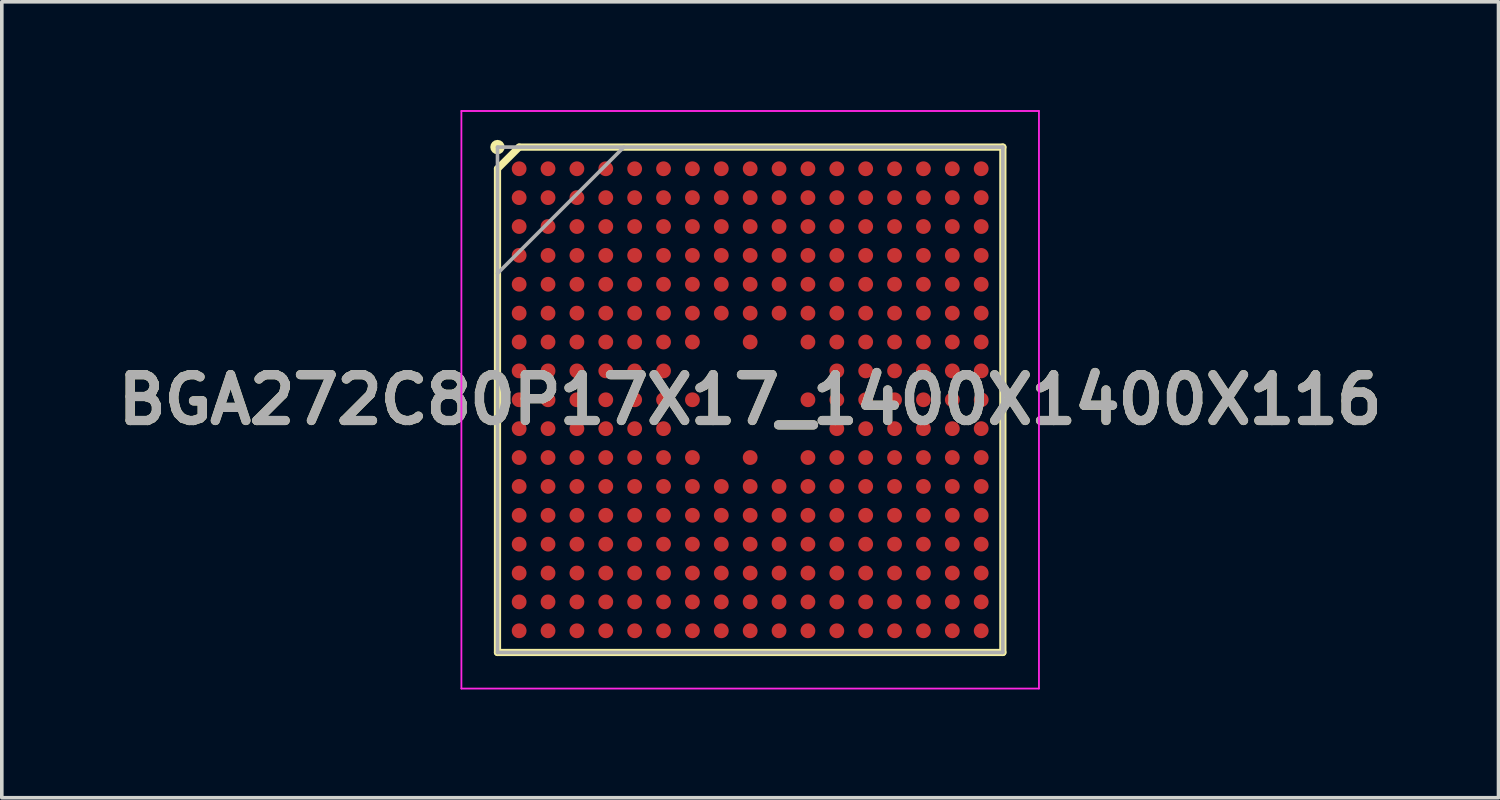
<source format=kicad_pcb>
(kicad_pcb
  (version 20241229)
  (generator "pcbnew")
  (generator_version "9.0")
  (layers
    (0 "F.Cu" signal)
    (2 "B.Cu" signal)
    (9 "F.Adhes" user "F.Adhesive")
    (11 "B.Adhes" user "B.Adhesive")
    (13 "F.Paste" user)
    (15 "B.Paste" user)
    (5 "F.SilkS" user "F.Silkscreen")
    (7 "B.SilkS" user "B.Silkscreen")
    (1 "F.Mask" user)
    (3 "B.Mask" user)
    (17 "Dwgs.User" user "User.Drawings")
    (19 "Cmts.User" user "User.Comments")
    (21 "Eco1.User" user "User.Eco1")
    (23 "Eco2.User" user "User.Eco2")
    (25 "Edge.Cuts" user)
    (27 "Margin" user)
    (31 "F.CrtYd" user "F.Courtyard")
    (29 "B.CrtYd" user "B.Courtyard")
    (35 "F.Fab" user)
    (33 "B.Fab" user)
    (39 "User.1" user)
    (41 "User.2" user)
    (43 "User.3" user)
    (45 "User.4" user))
  (footprint "BGA272C80P17X17_1400X1400X116"
    (layer "F.Cu")
    (at 17.732 8.025)
    (property "Reference" "BGA272C80P17X17_1400X1400X116" (at 0 0 0) (layer "F.SilkS") (effects (font (size 1.27 1.27) (thickness 0.254))))
    (attr smd)
    (fp_line (start -7 -6.4) (end -6.4 -7) (stroke (width 0.2) (type solid)) (layer "F.SilkS"))
    (fp_line (start -7 7) (end -7 -6.4) (stroke (width 0.2) (type solid)) (layer "F.SilkS"))
    (fp_line (start -6.4 -7) (end 7 -7) (stroke (width 0.2) (type solid)) (layer "F.SilkS"))
    (fp_line (start 7 -7) (end 7 7) (stroke (width 0.2) (type solid)) (layer "F.SilkS"))
    (fp_line (start 7 7) (end -7 7) (stroke (width 0.2) (type solid)) (layer "F.SilkS"))
    (fp_circle (center -7 -7) (end -7 -6.9) (stroke (width 0.2) (type solid)) (fill no) (layer "F.SilkS"))
    (fp_line (start -8 -8) (end 8 -8) (stroke (width 0.05) (type solid)) (layer "F.CrtYd"))
    (fp_line (start -8 8) (end -8 -8) (stroke (width 0.05) (type solid)) (layer "F.CrtYd"))
    (fp_line (start 8 -8) (end 8 8) (stroke (width 0.05) (type solid)) (layer "F.CrtYd"))
    (fp_line (start 8 8) (end -8 8) (stroke (width 0.05) (type solid)) (layer "F.CrtYd"))
    (fp_line (start -7 -7) (end 7 -7) (stroke (width 0.1) (type solid)) (layer "F.Fab"))
    (fp_line (start -7 -3.5) (end -3.5 -7) (stroke (width 0.1) (type solid)) (layer "F.Fab"))
    (fp_line (start -7 7) (end -7 -7) (stroke (width 0.1) (type solid)) (layer "F.Fab"))
    (fp_line (start 7 -7) (end 7 7) (stroke (width 0.1) (type solid)) (layer "F.Fab"))
    (fp_line (start 7 7) (end -7 7) (stroke (width 0.1) (type solid)) (layer "F.Fab"))
    (fp_text user "${REFERENCE}" (at 0 0 0) (layer "F.Fab") (effects (font (size 1.27 1.27) (thickness 0.254))))
    (pad "A1" smd circle (at -6.4 -6.4 90) (size 0.41 0.41) (layers "F.Cu" "F.Mask" "F.Paste"))
    (pad "A2" smd circle (at -5.6 -6.4 90) (size 0.41 0.41) (layers "F.Cu" "F.Mask" "F.Paste"))
    (pad "A3" smd circle (at -4.8 -6.4 90) (size 0.41 0.41) (layers "F.Cu" "F.Mask" "F.Paste"))
    (pad "A4" smd circle (at -4 -6.4 90) (size 0.41 0.41) (layers "F.Cu" "F.Mask" "F.Paste"))
    (pad "A5" smd circle (at -3.2 -6.4 90) (size 0.41 0.41) (layers "F.Cu" "F.Mask" "F.Paste"))
    (pad "A6" smd circle (at -2.4 -6.4 90) (size 0.41 0.41) (layers "F.Cu" "F.Mask" "F.Paste"))
    (pad "A7" smd circle (at -1.6 -6.4 90) (size 0.41 0.41) (layers "F.Cu" "F.Mask" "F.Paste"))
    (pad "A8" smd circle (at -0.8 -6.4 90) (size 0.41 0.41) (layers "F.Cu" "F.Mask" "F.Paste"))
    (pad "A9" smd circle (at 0 -6.4 90) (size 0.41 0.41) (layers "F.Cu" "F.Mask" "F.Paste"))
    (pad "A10" smd circle (at 0.8 -6.4 90) (size 0.41 0.41) (layers "F.Cu" "F.Mask" "F.Paste"))
    (pad "A11" smd circle (at 1.6 -6.4 90) (size 0.41 0.41) (layers "F.Cu" "F.Mask" "F.Paste"))
    (pad "A12" smd circle (at 2.4 -6.4 90) (size 0.41 0.41) (layers "F.Cu" "F.Mask" "F.Paste"))
    (pad "A13" smd circle (at 3.2 -6.4 90) (size 0.41 0.41) (layers "F.Cu" "F.Mask" "F.Paste"))
    (pad "A14" smd circle (at 4 -6.4 90) (size 0.41 0.41) (layers "F.Cu" "F.Mask" "F.Paste"))
    (pad "A15" smd circle (at 4.8 -6.4 90) (size 0.41 0.41) (layers "F.Cu" "F.Mask" "F.Paste"))
    (pad "A16" smd circle (at 5.6 -6.4 90) (size 0.41 0.41) (layers "F.Cu" "F.Mask" "F.Paste"))
    (pad "A17" smd circle (at 6.4 -6.4 90) (size 0.41 0.41) (layers "F.Cu" "F.Mask" "F.Paste"))
    (pad "B1" smd circle (at -6.4 -5.6 90) (size 0.41 0.41) (layers "F.Cu" "F.Mask" "F.Paste"))
    (pad "B2" smd circle (at -5.6 -5.6 90) (size 0.41 0.41) (layers "F.Cu" "F.Mask" "F.Paste"))
    (pad "B3" smd circle (at -4.8 -5.6 90) (size 0.41 0.41) (layers "F.Cu" "F.Mask" "F.Paste"))
    (pad "B4" smd circle (at -4 -5.6 90) (size 0.41 0.41) (layers "F.Cu" "F.Mask" "F.Paste"))
    (pad "B5" smd circle (at -3.2 -5.6 90) (size 0.41 0.41) (layers "F.Cu" "F.Mask" "F.Paste"))
    (pad "B6" smd circle (at -2.4 -5.6 90) (size 0.41 0.41) (layers "F.Cu" "F.Mask" "F.Paste"))
    (pad "B7" smd circle (at -1.6 -5.6 90) (size 0.41 0.41) (layers "F.Cu" "F.Mask" "F.Paste"))
    (pad "B8" smd circle (at -0.8 -5.6 90) (size 0.41 0.41) (layers "F.Cu" "F.Mask" "F.Paste"))
    (pad "B9" smd circle (at 0 -5.6 90) (size 0.41 0.41) (layers "F.Cu" "F.Mask" "F.Paste"))
    (pad "B10" smd circle (at 0.8 -5.6 90) (size 0.41 0.41) (layers "F.Cu" "F.Mask" "F.Paste"))
    (pad "B11" smd circle (at 1.6 -5.6 90) (size 0.41 0.41) (layers "F.Cu" "F.Mask" "F.Paste"))
    (pad "B12" smd circle (at 2.4 -5.6 90) (size 0.41 0.41) (layers "F.Cu" "F.Mask" "F.Paste"))
    (pad "B13" smd circle (at 3.2 -5.6 90) (size 0.41 0.41) (layers "F.Cu" "F.Mask" "F.Paste"))
    (pad "B14" smd circle (at 4 -5.6 90) (size 0.41 0.41) (layers "F.Cu" "F.Mask" "F.Paste"))
    (pad "B15" smd circle (at 4.8 -5.6 90) (size 0.41 0.41) (layers "F.Cu" "F.Mask" "F.Paste"))
    (pad "B16" smd circle (at 5.6 -5.6 90) (size 0.41 0.41) (layers "F.Cu" "F.Mask" "F.Paste"))
    (pad "B17" smd circle (at 6.4 -5.6 90) (size 0.41 0.41) (layers "F.Cu" "F.Mask" "F.Paste"))
    (pad "C1" smd circle (at -6.4 -4.8 90) (size 0.41 0.41) (layers "F.Cu" "F.Mask" "F.Paste"))
    (pad "C2" smd circle (at -5.6 -4.8 90) (size 0.41 0.41) (layers "F.Cu" "F.Mask" "F.Paste"))
    (pad "C3" smd circle (at -4.8 -4.8 90) (size 0.41 0.41) (layers "F.Cu" "F.Mask" "F.Paste"))
    (pad "C4" smd circle (at -4 -4.8 90) (size 0.41 0.41) (layers "F.Cu" "F.Mask" "F.Paste"))
    (pad "C5" smd circle (at -3.2 -4.8 90) (size 0.41 0.41) (layers "F.Cu" "F.Mask" "F.Paste"))
    (pad "C6" smd circle (at -2.4 -4.8 90) (size 0.41 0.41) (layers "F.Cu" "F.Mask" "F.Paste"))
    (pad "C7" smd circle (at -1.6 -4.8 90) (size 0.41 0.41) (layers "F.Cu" "F.Mask" "F.Paste"))
    (pad "C8" smd circle (at -0.8 -4.8 90) (size 0.41 0.41) (layers "F.Cu" "F.Mask" "F.Paste"))
    (pad "C9" smd circle (at 0 -4.8 90) (size 0.41 0.41) (layers "F.Cu" "F.Mask" "F.Paste"))
    (pad "C10" smd circle (at 0.8 -4.8 90) (size 0.41 0.41) (layers "F.Cu" "F.Mask" "F.Paste"))
    (pad "C11" smd circle (at 1.6 -4.8 90) (size 0.41 0.41) (layers "F.Cu" "F.Mask" "F.Paste"))
    (pad "C12" smd circle (at 2.4 -4.8 90) (size 0.41 0.41) (layers "F.Cu" "F.Mask" "F.Paste"))
    (pad "C13" smd circle (at 3.2 -4.8 90) (size 0.41 0.41) (layers "F.Cu" "F.Mask" "F.Paste"))
    (pad "C14" smd circle (at 4 -4.8 90) (size 0.41 0.41) (layers "F.Cu" "F.Mask" "F.Paste"))
    (pad "C15" smd circle (at 4.8 -4.8 90) (size 0.41 0.41) (layers "F.Cu" "F.Mask" "F.Paste"))
    (pad "C16" smd circle (at 5.6 -4.8 90) (size 0.41 0.41) (layers "F.Cu" "F.Mask" "F.Paste"))
    (pad "C17" smd circle (at 6.4 -4.8 90) (size 0.41 0.41) (layers "F.Cu" "F.Mask" "F.Paste"))
    (pad "D1" smd circle (at -6.4 -4 90) (size 0.41 0.41) (layers "F.Cu" "F.Mask" "F.Paste"))
    (pad "D2" smd circle (at -5.6 -4 90) (size 0.41 0.41) (layers "F.Cu" "F.Mask" "F.Paste"))
    (pad "D3" smd circle (at -4.8 -4 90) (size 0.41 0.41) (layers "F.Cu" "F.Mask" "F.Paste"))
    (pad "D4" smd circle (at -4 -4 90) (size 0.41 0.41) (layers "F.Cu" "F.Mask" "F.Paste"))
    (pad "D5" smd circle (at -3.2 -4 90) (size 0.41 0.41) (layers "F.Cu" "F.Mask" "F.Paste"))
    (pad "D6" smd circle (at -2.4 -4 90) (size 0.41 0.41) (layers "F.Cu" "F.Mask" "F.Paste"))
    (pad "D7" smd circle (at -1.6 -4 90) (size 0.41 0.41) (layers "F.Cu" "F.Mask" "F.Paste"))
    (pad "D8" smd circle (at -0.8 -4 90) (size 0.41 0.41) (layers "F.Cu" "F.Mask" "F.Paste"))
    (pad "D9" smd circle (at 0 -4 90) (size 0.41 0.41) (layers "F.Cu" "F.Mask" "F.Paste"))
    (pad "D10" smd circle (at 0.8 -4 90) (size 0.41 0.41) (layers "F.Cu" "F.Mask" "F.Paste"))
    (pad "D11" smd circle (at 1.6 -4 90) (size 0.41 0.41) (layers "F.Cu" "F.Mask" "F.Paste"))
    (pad "D12" smd circle (at 2.4 -4 90) (size 0.41 0.41) (layers "F.Cu" "F.Mask" "F.Paste"))
    (pad "D13" smd circle (at 3.2 -4 90) (size 0.41 0.41) (layers "F.Cu" "F.Mask" "F.Paste"))
    (pad "D14" smd circle (at 4 -4 90) (size 0.41 0.41) (layers "F.Cu" "F.Mask" "F.Paste"))
    (pad "D15" smd circle (at 4.8 -4 90) (size 0.41 0.41) (layers "F.Cu" "F.Mask" "F.Paste"))
    (pad "D16" smd circle (at 5.6 -4 90) (size 0.41 0.41) (layers "F.Cu" "F.Mask" "F.Paste"))
    (pad "D17" smd circle (at 6.4 -4 90) (size 0.41 0.41) (layers "F.Cu" "F.Mask" "F.Paste"))
    (pad "E1" smd circle (at -6.4 -3.2 90) (size 0.41 0.41) (layers "F.Cu" "F.Mask" "F.Paste"))
    (pad "E2" smd circle (at -5.6 -3.2 90) (size 0.41 0.41) (layers "F.Cu" "F.Mask" "F.Paste"))
    (pad "E3" smd circle (at -4.8 -3.2 90) (size 0.41 0.41) (layers "F.Cu" "F.Mask" "F.Paste"))
    (pad "E4" smd circle (at -4 -3.2 90) (size 0.41 0.41) (layers "F.Cu" "F.Mask" "F.Paste"))
    (pad "E5" smd circle (at -3.2 -3.2 90) (size 0.41 0.41) (layers "F.Cu" "F.Mask" "F.Paste"))
    (pad "E6" smd circle (at -2.4 -3.2 90) (size 0.41 0.41) (layers "F.Cu" "F.Mask" "F.Paste"))
    (pad "E7" smd circle (at -1.6 -3.2 90) (size 0.41 0.41) (layers "F.Cu" "F.Mask" "F.Paste"))
    (pad "E8" smd circle (at -0.8 -3.2 90) (size 0.41 0.41) (layers "F.Cu" "F.Mask" "F.Paste"))
    (pad "E9" smd circle (at 0 -3.2 90) (size 0.41 0.41) (layers "F.Cu" "F.Mask" "F.Paste"))
    (pad "E10" smd circle (at 0.8 -3.2 90) (size 0.41 0.41) (layers "F.Cu" "F.Mask" "F.Paste"))
    (pad "E11" smd circle (at 1.6 -3.2 90) (size 0.41 0.41) (layers "F.Cu" "F.Mask" "F.Paste"))
    (pad "E12" smd circle (at 2.4 -3.2 90) (size 0.41 0.41) (layers "F.Cu" "F.Mask" "F.Paste"))
    (pad "E13" smd circle (at 3.2 -3.2 90) (size 0.41 0.41) (layers "F.Cu" "F.Mask" "F.Paste"))
    (pad "E14" smd circle (at 4 -3.2 90) (size 0.41 0.41) (layers "F.Cu" "F.Mask" "F.Paste"))
    (pad "E15" smd circle (at 4.8 -3.2 90) (size 0.41 0.41) (layers "F.Cu" "F.Mask" "F.Paste"))
    (pad "E16" smd circle (at 5.6 -3.2 90) (size 0.41 0.41) (layers "F.Cu" "F.Mask" "F.Paste"))
    (pad "E17" smd circle (at 6.4 -3.2 90) (size 0.41 0.41) (layers "F.Cu" "F.Mask" "F.Paste"))
    (pad "F1" smd circle (at -6.4 -2.4 90) (size 0.41 0.41) (layers "F.Cu" "F.Mask" "F.Paste"))
    (pad "F2" smd circle (at -5.6 -2.4 90) (size 0.41 0.41) (layers "F.Cu" "F.Mask" "F.Paste"))
    (pad "F3" smd circle (at -4.8 -2.4 90) (size 0.41 0.41) (layers "F.Cu" "F.Mask" "F.Paste"))
    (pad "F4" smd circle (at -4 -2.4 90) (size 0.41 0.41) (layers "F.Cu" "F.Mask" "F.Paste"))
    (pad "F5" smd circle (at -3.2 -2.4 90) (size 0.41 0.41) (layers "F.Cu" "F.Mask" "F.Paste"))
    (pad "F6" smd circle (at -2.4 -2.4 90) (size 0.41 0.41) (layers "F.Cu" "F.Mask" "F.Paste"))
    (pad "F7" smd circle (at -1.6 -2.4 90) (size 0.41 0.41) (layers "F.Cu" "F.Mask" "F.Paste"))
    (pad "F8" smd circle (at -0.8 -2.4 90) (size 0.41 0.41) (layers "F.Cu" "F.Mask" "F.Paste"))
    (pad "F9" smd circle (at 0 -2.4 90) (size 0.41 0.41) (layers "F.Cu" "F.Mask" "F.Paste"))
    (pad "F10" smd circle (at 0.8 -2.4 90) (size 0.41 0.41) (layers "F.Cu" "F.Mask" "F.Paste"))
    (pad "F11" smd circle (at 1.6 -2.4 90) (size 0.41 0.41) (layers "F.Cu" "F.Mask" "F.Paste"))
    (pad "F12" smd circle (at 2.4 -2.4 90) (size 0.41 0.41) (layers "F.Cu" "F.Mask" "F.Paste"))
    (pad "F13" smd circle (at 3.2 -2.4 90) (size 0.41 0.41) (layers "F.Cu" "F.Mask" "F.Paste"))
    (pad "F14" smd circle (at 4 -2.4 90) (size 0.41 0.41) (layers "F.Cu" "F.Mask" "F.Paste"))
    (pad "F15" smd circle (at 4.8 -2.4 90) (size 0.41 0.41) (layers "F.Cu" "F.Mask" "F.Paste"))
    (pad "F16" smd circle (at 5.6 -2.4 90) (size 0.41 0.41) (layers "F.Cu" "F.Mask" "F.Paste"))
    (pad "F17" smd circle (at 6.4 -2.4 90) (size 0.41 0.41) (layers "F.Cu" "F.Mask" "F.Paste"))
    (pad "G1" smd circle (at -6.4 -1.6 90) (size 0.41 0.41) (layers "F.Cu" "F.Mask" "F.Paste"))
    (pad "G2" smd circle (at -5.6 -1.6 90) (size 0.41 0.41) (layers "F.Cu" "F.Mask" "F.Paste"))
    (pad "G3" smd circle (at -4.8 -1.6 90) (size 0.41 0.41) (layers "F.Cu" "F.Mask" "F.Paste"))
    (pad "G4" smd circle (at -4 -1.6 90) (size 0.41 0.41) (layers "F.Cu" "F.Mask" "F.Paste"))
    (pad "G5" smd circle (at -3.2 -1.6 90) (size 0.41 0.41) (layers "F.Cu" "F.Mask" "F.Paste"))
    (pad "G6" smd circle (at -2.4 -1.6 90) (size 0.41 0.41) (layers "F.Cu" "F.Mask" "F.Paste"))
    (pad "G7" smd circle (at -1.6 -1.6 90) (size 0.41 0.41) (layers "F.Cu" "F.Mask" "F.Paste"))
    (pad "G9" smd circle (at 0 -1.6 90) (size 0.41 0.41) (layers "F.Cu" "F.Mask" "F.Paste"))
    (pad "G11" smd circle (at 1.6 -1.6 90) (size 0.41 0.41) (layers "F.Cu" "F.Mask" "F.Paste"))
    (pad "G12" smd circle (at 2.4 -1.6 90) (size 0.41 0.41) (layers "F.Cu" "F.Mask" "F.Paste"))
    (pad "G13" smd circle (at 3.2 -1.6 90) (size 0.41 0.41) (layers "F.Cu" "F.Mask" "F.Paste"))
    (pad "G14" smd circle (at 4 -1.6 90) (size 0.41 0.41) (layers "F.Cu" "F.Mask" "F.Paste"))
    (pad "G15" smd circle (at 4.8 -1.6 90) (size 0.41 0.41) (layers "F.Cu" "F.Mask" "F.Paste"))
    (pad "G16" smd circle (at 5.6 -1.6 90) (size 0.41 0.41) (layers "F.Cu" "F.Mask" "F.Paste"))
    (pad "G17" smd circle (at 6.4 -1.6 90) (size 0.41 0.41) (layers "F.Cu" "F.Mask" "F.Paste"))
    (pad "H1" smd circle (at -6.4 -0.8 90) (size 0.41 0.41) (layers "F.Cu" "F.Mask" "F.Paste"))
    (pad "H2" smd circle (at -5.6 -0.8 90) (size 0.41 0.41) (layers "F.Cu" "F.Mask" "F.Paste"))
    (pad "H3" smd circle (at -4.8 -0.8 90) (size 0.41 0.41) (layers "F.Cu" "F.Mask" "F.Paste"))
    (pad "H4" smd circle (at -4 -0.8 90) (size 0.41 0.41) (layers "F.Cu" "F.Mask" "F.Paste"))
    (pad "H5" smd circle (at -3.2 -0.8 90) (size 0.41 0.41) (layers "F.Cu" "F.Mask" "F.Paste"))
    (pad "H6" smd circle (at -2.4 -0.8 90) (size 0.41 0.41) (layers "F.Cu" "F.Mask" "F.Paste"))
    (pad "H12" smd circle (at 2.4 -0.8 90) (size 0.41 0.41) (layers "F.Cu" "F.Mask" "F.Paste"))
    (pad "H13" smd circle (at 3.2 -0.8 90) (size 0.41 0.41) (layers "F.Cu" "F.Mask" "F.Paste"))
    (pad "H14" smd circle (at 4 -0.8 90) (size 0.41 0.41) (layers "F.Cu" "F.Mask" "F.Paste"))
    (pad "H15" smd circle (at 4.8 -0.8 90) (size 0.41 0.41) (layers "F.Cu" "F.Mask" "F.Paste"))
    (pad "H16" smd circle (at 5.6 -0.8 90) (size 0.41 0.41) (layers "F.Cu" "F.Mask" "F.Paste"))
    (pad "H17" smd circle (at 6.4 -0.8 90) (size 0.41 0.41) (layers "F.Cu" "F.Mask" "F.Paste"))
    (pad "J1" smd circle (at -6.4 0 90) (size 0.41 0.41) (layers "F.Cu" "F.Mask" "F.Paste"))
    (pad "J2" smd circle (at -5.6 0 90) (size 0.41 0.41) (layers "F.Cu" "F.Mask" "F.Paste"))
    (pad "J3" smd circle (at -4.8 0 90) (size 0.41 0.41) (layers "F.Cu" "F.Mask" "F.Paste"))
    (pad "J4" smd circle (at -4 0 90) (size 0.41 0.41) (layers "F.Cu" "F.Mask" "F.Paste"))
    (pad "J5" smd circle (at -3.2 0 90) (size 0.41 0.41) (layers "F.Cu" "F.Mask" "F.Paste"))
    (pad "J6" smd circle (at -2.4 0 90) (size 0.41 0.41) (layers "F.Cu" "F.Mask" "F.Paste"))
    (pad "J7" smd circle (at -1.6 0 90) (size 0.41 0.41) (layers "F.Cu" "F.Mask" "F.Paste"))
    (pad "J11" smd circle (at 1.6 0 90) (size 0.41 0.41) (layers "F.Cu" "F.Mask" "F.Paste"))
    (pad "J12" smd circle (at 2.4 0 90) (size 0.41 0.41) (layers "F.Cu" "F.Mask" "F.Paste"))
    (pad "J13" smd circle (at 3.2 0 90) (size 0.41 0.41) (layers "F.Cu" "F.Mask" "F.Paste"))
    (pad "J14" smd circle (at 4 0 90) (size 0.41 0.41) (layers "F.Cu" "F.Mask" "F.Paste"))
    (pad "J15" smd circle (at 4.8 0 90) (size 0.41 0.41) (layers "F.Cu" "F.Mask" "F.Paste"))
    (pad "J16" smd circle (at 5.6 0 90) (size 0.41 0.41) (layers "F.Cu" "F.Mask" "F.Paste"))
    (pad "J17" smd circle (at 6.4 0 90) (size 0.41 0.41) (layers "F.Cu" "F.Mask" "F.Paste"))
    (pad "K1" smd circle (at -6.4 0.8 90) (size 0.41 0.41) (layers "F.Cu" "F.Mask" "F.Paste"))
    (pad "K2" smd circle (at -5.6 0.8 90) (size 0.41 0.41) (layers "F.Cu" "F.Mask" "F.Paste"))
    (pad "K3" smd circle (at -4.8 0.8 90) (size 0.41 0.41) (layers "F.Cu" "F.Mask" "F.Paste"))
    (pad "K4" smd circle (at -4 0.8 90) (size 0.41 0.41) (layers "F.Cu" "F.Mask" "F.Paste"))
    (pad "K5" smd circle (at -3.2 0.8 90) (size 0.41 0.41) (layers "F.Cu" "F.Mask" "F.Paste"))
    (pad "K6" smd circle (at -2.4 0.8 90) (size 0.41 0.41) (layers "F.Cu" "F.Mask" "F.Paste"))
    (pad "K12" smd circle (at 2.4 0.8 90) (size 0.41 0.41) (layers "F.Cu" "F.Mask" "F.Paste"))
    (pad "K13" smd circle (at 3.2 0.8 90) (size 0.41 0.41) (layers "F.Cu" "F.Mask" "F.Paste"))
    (pad "K14" smd circle (at 4 0.8 90) (size 0.41 0.41) (layers "F.Cu" "F.Mask" "F.Paste"))
    (pad "K15" smd circle (at 4.8 0.8 90) (size 0.41 0.41) (layers "F.Cu" "F.Mask" "F.Paste"))
    (pad "K16" smd circle (at 5.6 0.8 90) (size 0.41 0.41) (layers "F.Cu" "F.Mask" "F.Paste"))
    (pad "K17" smd circle (at 6.4 0.8 90) (size 0.41 0.41) (layers "F.Cu" "F.Mask" "F.Paste"))
    (pad "L1" smd circle (at -6.4 1.6 90) (size 0.41 0.41) (layers "F.Cu" "F.Mask" "F.Paste"))
    (pad "L2" smd circle (at -5.6 1.6 90) (size 0.41 0.41) (layers "F.Cu" "F.Mask" "F.Paste"))
    (pad "L3" smd circle (at -4.8 1.6 90) (size 0.41 0.41) (layers "F.Cu" "F.Mask" "F.Paste"))
    (pad "L4" smd circle (at -4 1.6 90) (size 0.41 0.41) (layers "F.Cu" "F.Mask" "F.Paste"))
    (pad "L5" smd circle (at -3.2 1.6 90) (size 0.41 0.41) (layers "F.Cu" "F.Mask" "F.Paste"))
    (pad "L6" smd circle (at -2.4 1.6 90) (size 0.41 0.41) (layers "F.Cu" "F.Mask" "F.Paste"))
    (pad "L7" smd circle (at -1.6 1.6 90) (size 0.41 0.41) (layers "F.Cu" "F.Mask" "F.Paste"))
    (pad "L9" smd circle (at 0 1.6 90) (size 0.41 0.41) (layers "F.Cu" "F.Mask" "F.Paste"))
    (pad "L11" smd circle (at 1.6 1.6 90) (size 0.41 0.41) (layers "F.Cu" "F.Mask" "F.Paste"))
    (pad "L12" smd circle (at 2.4 1.6 90) (size 0.41 0.41) (layers "F.Cu" "F.Mask" "F.Paste"))
    (pad "L13" smd circle (at 3.2 1.6 90) (size 0.41 0.41) (layers "F.Cu" "F.Mask" "F.Paste"))
    (pad "L14" smd circle (at 4 1.6 90) (size 0.41 0.41) (layers "F.Cu" "F.Mask" "F.Paste"))
    (pad "L15" smd circle (at 4.8 1.6 90) (size 0.41 0.41) (layers "F.Cu" "F.Mask" "F.Paste"))
    (pad "L16" smd circle (at 5.6 1.6 90) (size 0.41 0.41) (layers "F.Cu" "F.Mask" "F.Paste"))
    (pad "L17" smd circle (at 6.4 1.6 90) (size 0.41 0.41) (layers "F.Cu" "F.Mask" "F.Paste"))
    (pad "M1" smd circle (at -6.4 2.4 90) (size 0.41 0.41) (layers "F.Cu" "F.Mask" "F.Paste"))
    (pad "M2" smd circle (at -5.6 2.4 90) (size 0.41 0.41) (layers "F.Cu" "F.Mask" "F.Paste"))
    (pad "M3" smd circle (at -4.8 2.4 90) (size 0.41 0.41) (layers "F.Cu" "F.Mask" "F.Paste"))
    (pad "M4" smd circle (at -4 2.4 90) (size 0.41 0.41) (layers "F.Cu" "F.Mask" "F.Paste"))
    (pad "M5" smd circle (at -3.2 2.4 90) (size 0.41 0.41) (layers "F.Cu" "F.Mask" "F.Paste"))
    (pad "M6" smd circle (at -2.4 2.4 90) (size 0.41 0.41) (layers "F.Cu" "F.Mask" "F.Paste"))
    (pad "M7" smd circle (at -1.6 2.4 90) (size 0.41 0.41) (layers "F.Cu" "F.Mask" "F.Paste"))
    (pad "M8" smd circle (at -0.8 2.4 90) (size 0.41 0.41) (layers "F.Cu" "F.Mask" "F.Paste"))
    (pad "M9" smd circle (at 0 2.4 90) (size 0.41 0.41) (layers "F.Cu" "F.Mask" "F.Paste"))
    (pad "M10" smd circle (at 0.8 2.4 90) (size 0.41 0.41) (layers "F.Cu" "F.Mask" "F.Paste"))
    (pad "M11" smd circle (at 1.6 2.4 90) (size 0.41 0.41) (layers "F.Cu" "F.Mask" "F.Paste"))
    (pad "M12" smd circle (at 2.4 2.4 90) (size 0.41 0.41) (layers "F.Cu" "F.Mask" "F.Paste"))
    (pad "M13" smd circle (at 3.2 2.4 90) (size 0.41 0.41) (layers "F.Cu" "F.Mask" "F.Paste"))
    (pad "M14" smd circle (at 4 2.4 90) (size 0.41 0.41) (layers "F.Cu" "F.Mask" "F.Paste"))
    (pad "M15" smd circle (at 4.8 2.4 90) (size 0.41 0.41) (layers "F.Cu" "F.Mask" "F.Paste"))
    (pad "M16" smd circle (at 5.6 2.4 90) (size 0.41 0.41) (layers "F.Cu" "F.Mask" "F.Paste"))
    (pad "M17" smd circle (at 6.4 2.4 90) (size 0.41 0.41) (layers "F.Cu" "F.Mask" "F.Paste"))
    (pad "N1" smd circle (at -6.4 3.2 90) (size 0.41 0.41) (layers "F.Cu" "F.Mask" "F.Paste"))
    (pad "N2" smd circle (at -5.6 3.2 90) (size 0.41 0.41) (layers "F.Cu" "F.Mask" "F.Paste"))
    (pad "N3" smd circle (at -4.8 3.2 90) (size 0.41 0.41) (layers "F.Cu" "F.Mask" "F.Paste"))
    (pad "N4" smd circle (at -4 3.2 90) (size 0.41 0.41) (layers "F.Cu" "F.Mask" "F.Paste"))
    (pad "N5" smd circle (at -3.2 3.2 90) (size 0.41 0.41) (layers "F.Cu" "F.Mask" "F.Paste"))
    (pad "N6" smd circle (at -2.4 3.2 90) (size 0.41 0.41) (layers "F.Cu" "F.Mask" "F.Paste"))
    (pad "N7" smd circle (at -1.6 3.2 90) (size 0.41 0.41) (layers "F.Cu" "F.Mask" "F.Paste"))
    (pad "N8" smd circle (at -0.8 3.2 90) (size 0.41 0.41) (layers "F.Cu" "F.Mask" "F.Paste"))
    (pad "N9" smd circle (at 0 3.2 90) (size 0.41 0.41) (layers "F.Cu" "F.Mask" "F.Paste"))
    (pad "N10" smd circle (at 0.8 3.2 90) (size 0.41 0.41) (layers "F.Cu" "F.Mask" "F.Paste"))
    (pad "N11" smd circle (at 1.6 3.2 90) (size 0.41 0.41) (layers "F.Cu" "F.Mask" "F.Paste"))
    (pad "N12" smd circle (at 2.4 3.2 90) (size 0.41 0.41) (layers "F.Cu" "F.Mask" "F.Paste"))
    (pad "N13" smd circle (at 3.2 3.2 90) (size 0.41 0.41) (layers "F.Cu" "F.Mask" "F.Paste"))
    (pad "N14" smd circle (at 4 3.2 90) (size 0.41 0.41) (layers "F.Cu" "F.Mask" "F.Paste"))
    (pad "N15" smd circle (at 4.8 3.2 90) (size 0.41 0.41) (layers "F.Cu" "F.Mask" "F.Paste"))
    (pad "N16" smd circle (at 5.6 3.2 90) (size 0.41 0.41) (layers "F.Cu" "F.Mask" "F.Paste"))
    (pad "N17" smd circle (at 6.4 3.2 90) (size 0.41 0.41) (layers "F.Cu" "F.Mask" "F.Paste"))
    (pad "P1" smd circle (at -6.4 4 90) (size 0.41 0.41) (layers "F.Cu" "F.Mask" "F.Paste"))
    (pad "P2" smd circle (at -5.6 4 90) (size 0.41 0.41) (layers "F.Cu" "F.Mask" "F.Paste"))
    (pad "P3" smd circle (at -4.8 4 90) (size 0.41 0.41) (layers "F.Cu" "F.Mask" "F.Paste"))
    (pad "P4" smd circle (at -4 4 90) (size 0.41 0.41) (layers "F.Cu" "F.Mask" "F.Paste"))
    (pad "P5" smd circle (at -3.2 4 90) (size 0.41 0.41) (layers "F.Cu" "F.Mask" "F.Paste"))
    (pad "P6" smd circle (at -2.4 4 90) (size 0.41 0.41) (layers "F.Cu" "F.Mask" "F.Paste"))
    (pad "P7" smd circle (at -1.6 4 90) (size 0.41 0.41) (layers "F.Cu" "F.Mask" "F.Paste"))
    (pad "P8" smd circle (at -0.8 4 90) (size 0.41 0.41) (layers "F.Cu" "F.Mask" "F.Paste"))
    (pad "P9" smd circle (at 0 4 90) (size 0.41 0.41) (layers "F.Cu" "F.Mask" "F.Paste"))
    (pad "P10" smd circle (at 0.8 4 90) (size 0.41 0.41) (layers "F.Cu" "F.Mask" "F.Paste"))
    (pad "P11" smd circle (at 1.6 4 90) (size 0.41 0.41) (layers "F.Cu" "F.Mask" "F.Paste"))
    (pad "P12" smd circle (at 2.4 4 90) (size 0.41 0.41) (layers "F.Cu" "F.Mask" "F.Paste"))
    (pad "P13" smd circle (at 3.2 4 90) (size 0.41 0.41) (layers "F.Cu" "F.Mask" "F.Paste"))
    (pad "P14" smd circle (at 4 4 90) (size 0.41 0.41) (layers "F.Cu" "F.Mask" "F.Paste"))
    (pad "P15" smd circle (at 4.8 4 90) (size 0.41 0.41) (layers "F.Cu" "F.Mask" "F.Paste"))
    (pad "P16" smd circle (at 5.6 4 90) (size 0.41 0.41) (layers "F.Cu" "F.Mask" "F.Paste"))
    (pad "P17" smd circle (at 6.4 4 90) (size 0.41 0.41) (layers "F.Cu" "F.Mask" "F.Paste"))
    (pad "R1" smd circle (at -6.4 4.8 90) (size 0.41 0.41) (layers "F.Cu" "F.Mask" "F.Paste"))
    (pad "R2" smd circle (at -5.6 4.8 90) (size 0.41 0.41) (layers "F.Cu" "F.Mask" "F.Paste"))
    (pad "R3" smd circle (at -4.8 4.8 90) (size 0.41 0.41) (layers "F.Cu" "F.Mask" "F.Paste"))
    (pad "R4" smd circle (at -4 4.8 90) (size 0.41 0.41) (layers "F.Cu" "F.Mask" "F.Paste"))
    (pad "R5" smd circle (at -3.2 4.8 90) (size 0.41 0.41) (layers "F.Cu" "F.Mask" "F.Paste"))
    (pad "R6" smd circle (at -2.4 4.8 90) (size 0.41 0.41) (layers "F.Cu" "F.Mask" "F.Paste"))
    (pad "R7" smd circle (at -1.6 4.8 90) (size 0.41 0.41) (layers "F.Cu" "F.Mask" "F.Paste"))
    (pad "R8" smd circle (at -0.8 4.8 90) (size 0.41 0.41) (layers "F.Cu" "F.Mask" "F.Paste"))
    (pad "R9" smd circle (at 0 4.8 90) (size 0.41 0.41) (layers "F.Cu" "F.Mask" "F.Paste"))
    (pad "R10" smd circle (at 0.8 4.8 90) (size 0.41 0.41) (layers "F.Cu" "F.Mask" "F.Paste"))
    (pad "R11" smd circle (at 1.6 4.8 90) (size 0.41 0.41) (layers "F.Cu" "F.Mask" "F.Paste"))
    (pad "R12" smd circle (at 2.4 4.8 90) (size 0.41 0.41) (layers "F.Cu" "F.Mask" "F.Paste"))
    (pad "R13" smd circle (at 3.2 4.8 90) (size 0.41 0.41) (layers "F.Cu" "F.Mask" "F.Paste"))
    (pad "R14" smd circle (at 4 4.8 90) (size 0.41 0.41) (layers "F.Cu" "F.Mask" "F.Paste"))
    (pad "R15" smd circle (at 4.8 4.8 90) (size 0.41 0.41) (layers "F.Cu" "F.Mask" "F.Paste"))
    (pad "R16" smd circle (at 5.6 4.8 90) (size 0.41 0.41) (layers "F.Cu" "F.Mask" "F.Paste"))
    (pad "R17" smd circle (at 6.4 4.8 90) (size 0.41 0.41) (layers "F.Cu" "F.Mask" "F.Paste"))
    (pad "T1" smd circle (at -6.4 5.6 90) (size 0.41 0.41) (layers "F.Cu" "F.Mask" "F.Paste"))
    (pad "T2" smd circle (at -5.6 5.6 90) (size 0.41 0.41) (layers "F.Cu" "F.Mask" "F.Paste"))
    (pad "T3" smd circle (at -4.8 5.6 90) (size 0.41 0.41) (layers "F.Cu" "F.Mask" "F.Paste"))
    (pad "T4" smd circle (at -4 5.6 90) (size 0.41 0.41) (layers "F.Cu" "F.Mask" "F.Paste"))
    (pad "T5" smd circle (at -3.2 5.6 90) (size 0.41 0.41) (layers "F.Cu" "F.Mask" "F.Paste"))
    (pad "T6" smd circle (at -2.4 5.6 90) (size 0.41 0.41) (layers "F.Cu" "F.Mask" "F.Paste"))
    (pad "T7" smd circle (at -1.6 5.6 90) (size 0.41 0.41) (layers "F.Cu" "F.Mask" "F.Paste"))
    (pad "T8" smd circle (at -0.8 5.6 90) (size 0.41 0.41) (layers "F.Cu" "F.Mask" "F.Paste"))
    (pad "T9" smd circle (at 0 5.6 90) (size 0.41 0.41) (layers "F.Cu" "F.Mask" "F.Paste"))
    (pad "T10" smd circle (at 0.8 5.6 90) (size 0.41 0.41) (layers "F.Cu" "F.Mask" "F.Paste"))
    (pad "T11" smd circle (at 1.6 5.6 90) (size 0.41 0.41) (layers "F.Cu" "F.Mask" "F.Paste"))
    (pad "T12" smd circle (at 2.4 5.6 90) (size 0.41 0.41) (layers "F.Cu" "F.Mask" "F.Paste"))
    (pad "T13" smd circle (at 3.2 5.6 90) (size 0.41 0.41) (layers "F.Cu" "F.Mask" "F.Paste"))
    (pad "T14" smd circle (at 4 5.6 90) (size 0.41 0.41) (layers "F.Cu" "F.Mask" "F.Paste"))
    (pad "T15" smd circle (at 4.8 5.6 90) (size 0.41 0.41) (layers "F.Cu" "F.Mask" "F.Paste"))
    (pad "T16" smd circle (at 5.6 5.6 90) (size 0.41 0.41) (layers "F.Cu" "F.Mask" "F.Paste"))
    (pad "T17" smd circle (at 6.4 5.6 90) (size 0.41 0.41) (layers "F.Cu" "F.Mask" "F.Paste"))
    (pad "U1" smd circle (at -6.4 6.4 90) (size 0.41 0.41) (layers "F.Cu" "F.Mask" "F.Paste"))
    (pad "U2" smd circle (at -5.6 6.4 90) (size 0.41 0.41) (layers "F.Cu" "F.Mask" "F.Paste"))
    (pad "U3" smd circle (at -4.8 6.4 90) (size 0.41 0.41) (layers "F.Cu" "F.Mask" "F.Paste"))
    (pad "U4" smd circle (at -4 6.4 90) (size 0.41 0.41) (layers "F.Cu" "F.Mask" "F.Paste"))
    (pad "U5" smd circle (at -3.2 6.4 90) (size 0.41 0.41) (layers "F.Cu" "F.Mask" "F.Paste"))
    (pad "U6" smd circle (at -2.4 6.4 90) (size 0.41 0.41) (layers "F.Cu" "F.Mask" "F.Paste"))
    (pad "U7" smd circle (at -1.6 6.4 90) (size 0.41 0.41) (layers "F.Cu" "F.Mask" "F.Paste"))
    (pad "U8" smd circle (at -0.8 6.4 90) (size 0.41 0.41) (layers "F.Cu" "F.Mask" "F.Paste"))
    (pad "U9" smd circle (at 0 6.4 90) (size 0.41 0.41) (layers "F.Cu" "F.Mask" "F.Paste"))
    (pad "U10" smd circle (at 0.8 6.4 90) (size 0.41 0.41) (layers "F.Cu" "F.Mask" "F.Paste"))
    (pad "U11" smd circle (at 1.6 6.4 90) (size 0.41 0.41) (layers "F.Cu" "F.Mask" "F.Paste"))
    (pad "U12" smd circle (at 2.4 6.4 90) (size 0.41 0.41) (layers "F.Cu" "F.Mask" "F.Paste"))
    (pad "U13" smd circle (at 3.2 6.4 90) (size 0.41 0.41) (layers "F.Cu" "F.Mask" "F.Paste"))
    (pad "U14" smd circle (at 4 6.4 90) (size 0.41 0.41) (layers "F.Cu" "F.Mask" "F.Paste"))
    (pad "U15" smd circle (at 4.8 6.4 90) (size 0.41 0.41) (layers "F.Cu" "F.Mask" "F.Paste"))
    (pad "U16" smd circle (at 5.6 6.4 90) (size 0.41 0.41) (layers "F.Cu" "F.Mask" "F.Paste"))
    (pad "U17" smd circle (at 6.4 6.4 90) (size 0.41 0.41) (layers "F.Cu" "F.Mask" "F.Paste")))
  (gr_rect
    (start -3 -3)
    (end 38.463 19.05)
    (stroke (width 0.1) (type default))
    (fill no)
    (layer "Edge.Cuts")))
</source>
